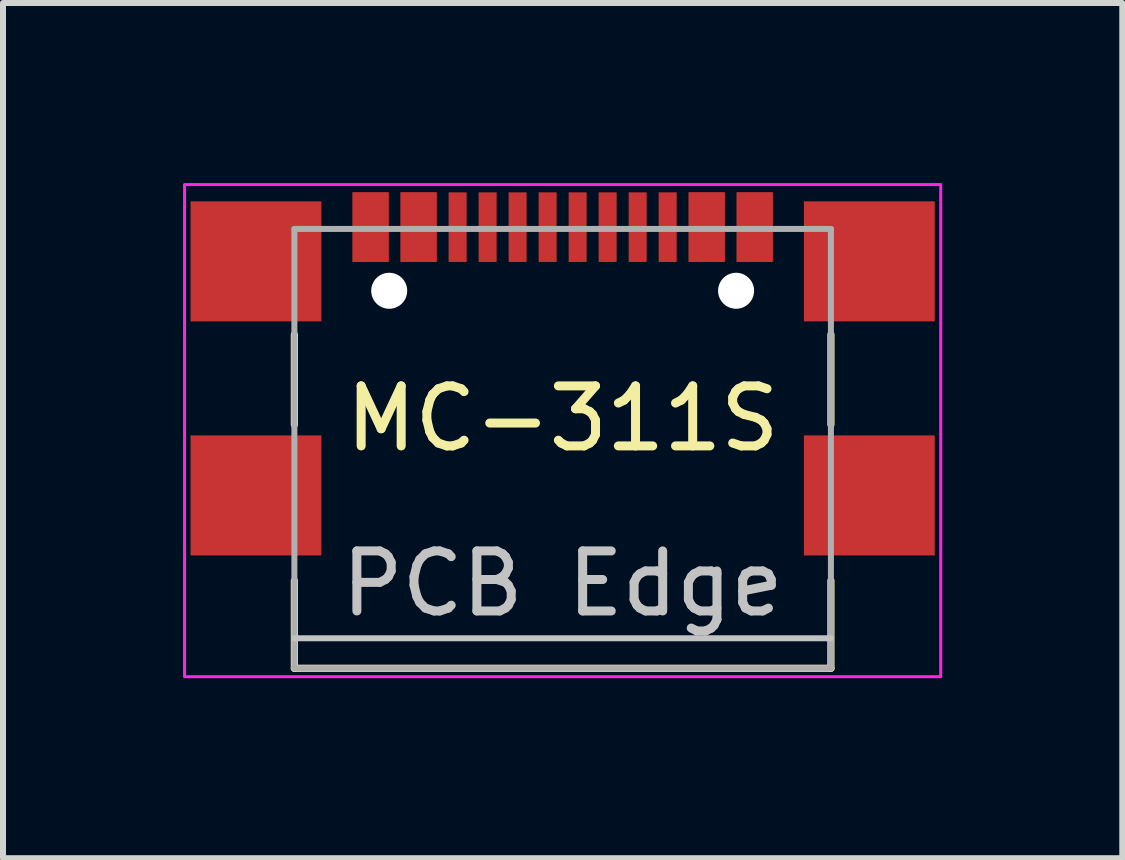
<source format=kicad_pcb>
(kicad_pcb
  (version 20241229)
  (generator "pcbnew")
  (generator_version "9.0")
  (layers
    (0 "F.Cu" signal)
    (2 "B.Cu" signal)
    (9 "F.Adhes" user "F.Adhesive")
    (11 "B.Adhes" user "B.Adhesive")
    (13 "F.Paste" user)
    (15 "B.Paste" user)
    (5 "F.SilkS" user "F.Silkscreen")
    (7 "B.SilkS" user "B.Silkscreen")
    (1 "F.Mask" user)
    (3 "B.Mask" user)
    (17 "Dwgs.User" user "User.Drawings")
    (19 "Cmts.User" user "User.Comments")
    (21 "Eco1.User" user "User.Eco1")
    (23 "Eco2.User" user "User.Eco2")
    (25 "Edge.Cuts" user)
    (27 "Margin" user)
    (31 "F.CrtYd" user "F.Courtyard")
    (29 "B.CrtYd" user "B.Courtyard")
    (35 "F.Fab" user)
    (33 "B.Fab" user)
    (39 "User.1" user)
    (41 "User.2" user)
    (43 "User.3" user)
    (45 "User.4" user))
  (footprint "MC-311S"
    (layer "F.Cu")
    (at 6.325 4.425)
    (property "Reference" "MC-311S" (at 0 -0.5 0) (unlocked yes) (layer "F.SilkS") (effects (font (size 1 1) (thickness 0.15))))
    (attr smd)
    (fp_line (start -4.47 -1.9) (end -4.47 -0.4) (stroke (width 0.12) (type solid)) (layer "F.SilkS"))
    (fp_line (start -4.47 3.66) (end -4.47 2.2) (stroke (width 0.12) (type solid)) (layer "F.SilkS"))
    (fp_line (start 4.47 -1.9) (end 4.47 -0.4) (stroke (width 0.12) (type solid)) (layer "F.SilkS"))
    (fp_line (start 4.47 3.66) (end -4.47 3.66) (stroke (width 0.12) (type solid)) (layer "F.SilkS"))
    (fp_line (start 4.47 3.66) (end 4.47 2.2) (stroke (width 0.12) (type solid)) (layer "F.SilkS"))
    (fp_line (start -4.47 3.16) (end 4.47 3.16) (stroke (width 0.1) (type solid)) (layer "Dwgs.User"))
    (fp_rect (start -6.3 -4.4) (end 6.3 3.8) (stroke (width 0.05) (type solid)) (fill no) (layer "F.CrtYd"))
    (fp_line (start -4.47 -3.66) (end -4.47 3.66) (stroke (width 0.1) (type solid)) (layer "F.Fab"))
    (fp_line (start -4.47 -3.66) (end 4.47 -3.66) (stroke (width 0.1) (type solid)) (layer "F.Fab"))
    (fp_line (start 4.47 -3.66) (end 4.47 3.66) (stroke (width 0.1) (type solid)) (layer "F.Fab"))
    (fp_line (start 4.47 3.66) (end -4.47 3.66) (stroke (width 0.1) (type solid)) (layer "F.Fab"))
    (fp_text user "PCB Edge" (at 0 2.25 0) (layer "Dwgs.User") (effects (font (size 1 1) (thickness 0.15))))
    (pad "" np_thru_hole circle (at -2.89 -2.63 180) (size 0.6 0.6) (drill 0.6) (layers "*.Cu" "*.Mask"))
    (pad "" np_thru_hole circle (at 2.89 -2.63 180) (size 0.6 0.6) (drill 0.6) (layers "*.Cu" "*.Mask"))
    (pad "A1" smd rect (at -3.2 -3.69) (size 0.6 1.16) (layers "F.Cu" "F.Mask" "F.Paste"))
    (pad "A4" smd rect (at -2.4 -3.69) (size 0.6 1.16) (layers "F.Cu" "F.Mask" "F.Paste"))
    (pad "A5" smd rect (at -1.25 -3.69 180) (size 0.3 1.16) (layers "F.Cu" "F.Mask" "F.Paste"))
    (pad "A6" smd rect (at -0.25 -3.69 180) (size 0.3 1.16) (layers "F.Cu" "F.Mask" "F.Paste"))
    (pad "A7" smd rect (at 0.25 -3.69 180) (size 0.3 1.16) (layers "F.Cu" "F.Mask" "F.Paste"))
    (pad "A8" smd rect (at 1.25 -3.69 180) (size 0.3 1.16) (layers "F.Cu" "F.Mask" "F.Paste"))
    (pad "A9" smd rect (at 2.4 -3.69) (size 0.6 1.16) (layers "F.Cu" "F.Mask" "F.Paste"))
    (pad "A12" smd rect (at 3.2 -3.69) (size 0.6 1.16) (layers "F.Cu" "F.Mask" "F.Paste"))
    (pad "B1" smd rect (at 3.2 -3.69) (size 0.6 1.16) (layers "F.Cu" "F.Mask" "F.Paste"))
    (pad "B4" smd rect (at 2.4 -3.69) (size 0.6 1.16) (layers "F.Cu" "F.Mask" "F.Paste"))
    (pad "B5" smd rect (at 1.75 -3.69 180) (size 0.3 1.16) (layers "F.Cu" "F.Mask" "F.Paste"))
    (pad "B6" smd rect (at 0.75 -3.69 180) (size 0.3 1.16) (layers "F.Cu" "F.Mask" "F.Paste"))
    (pad "B7" smd rect (at -0.75 -3.69 180) (size 0.3 1.16) (layers "F.Cu" "F.Mask" "F.Paste"))
    (pad "B8" smd rect (at -1.75 -3.69 180) (size 0.3 1.16) (layers "F.Cu" "F.Mask" "F.Paste"))
    (pad "B9" smd rect (at -2.4 -3.69) (size 0.6 1.16) (layers "F.Cu" "F.Mask" "F.Paste"))
    (pad "B12" smd rect (at -3.2 -3.69) (size 0.6 1.16) (layers "F.Cu" "F.Mask" "F.Paste"))
    (pad "S1" smd rect (at -5.11 -3.12) (size 2.18 2) (layers "F.Cu" "F.Mask" "F.Paste"))
    (pad "S1" smd rect (at -5.11 0.78) (size 2.18 2) (layers "F.Cu" "F.Mask" "F.Paste"))
    (pad "S1" smd rect (at 5.11 -3.12) (size 2.18 2) (layers "F.Cu" "F.Mask" "F.Paste"))
    (pad "S1" smd rect (at 5.11 0.78) (size 2.18 2) (layers "F.Cu" "F.Mask" "F.Paste")))
  (gr_rect
    (start -3 -3)
    (end 15.65 11.25)
    (stroke (width 0.1) (type default))
    (fill no)
    (layer "Edge.Cuts")))
</source>
